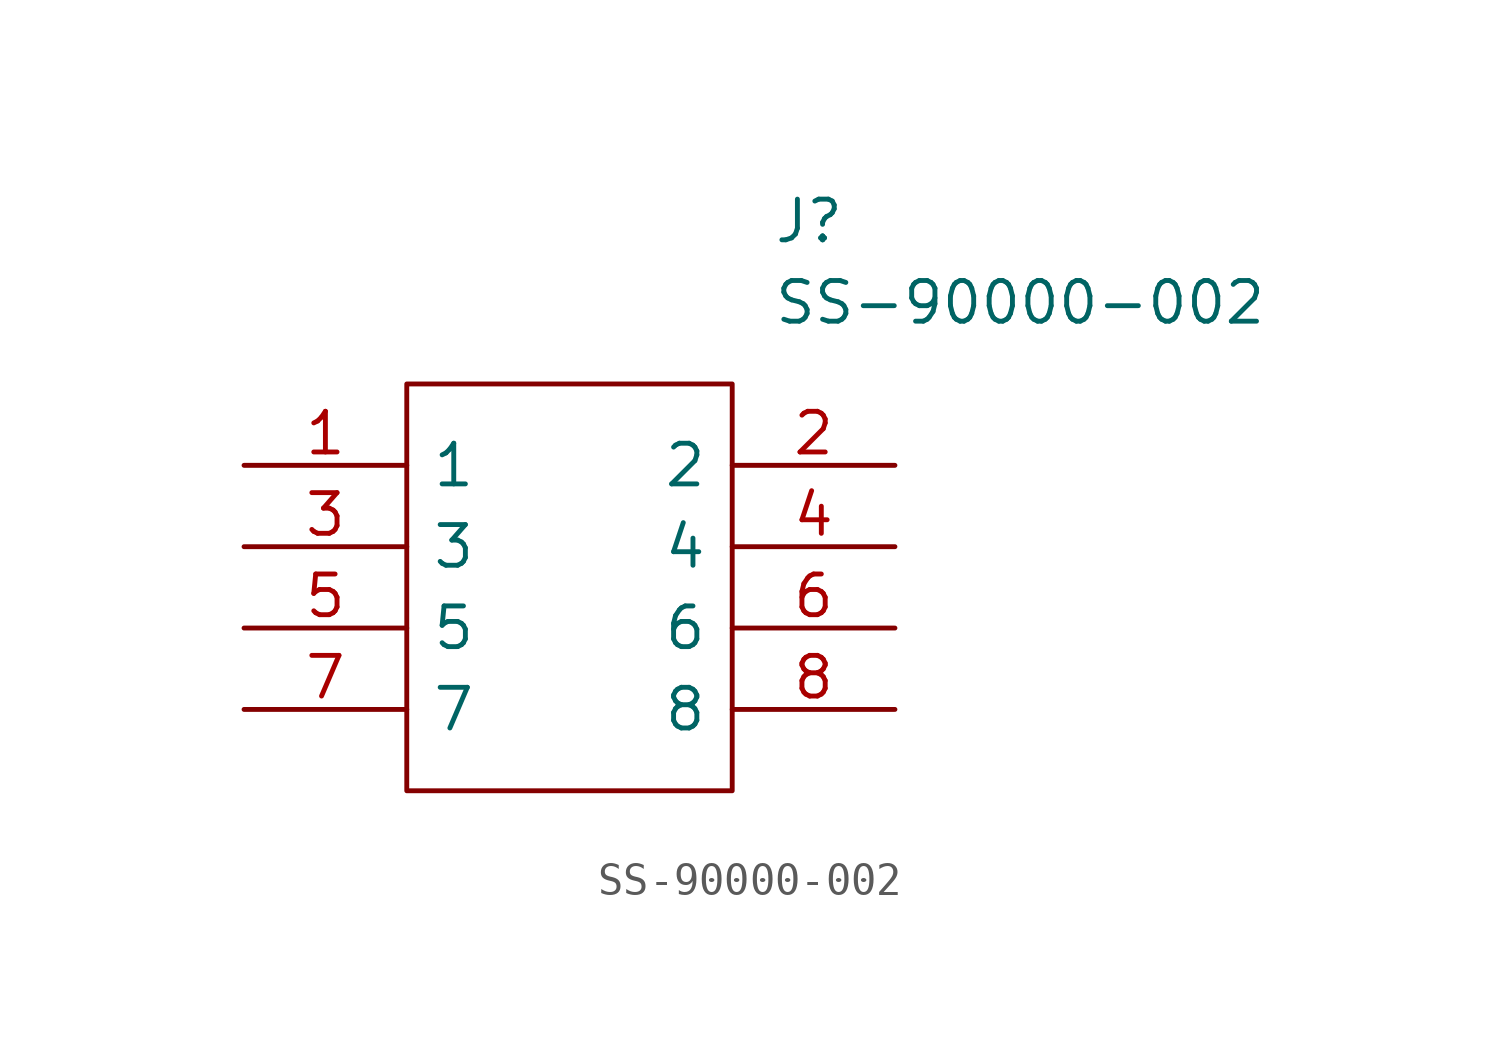
<source format=kicad_sym>
(kicad_symbol_lib
  (version 20220914)
  (generator kicad_symbol_editor)
  (symbol "SS-90000-002"
    (pin_names
      (offset 0.762))
    (property "Reference" "J"
      (at 16.51 7.62 0)
      (effects (font (size 1.27 1.27)) (justify left)))
    (property "Value" "SS-90000-002"
      (at 16.51 5.08 0)
      (effects (font (size 1.27 1.27)) (justify left)))
    (symbol "SS-90000-002_0_0"
      (pin power_out line (at 0 0 0) (length 5.08) (name "1" (effects (font (size 1.27 1.27)))) (number "1" (effects (font (size 1.27 1.27)))))
      (pin passive line (at 20.32 0 180) (length 5.08) (name "2" (effects (font (size 1.27 1.27)))) (number "2" (effects (font (size 1.27 1.27)))))
      (pin passive line (at 0 -2.54 0) (length 5.08) (name "3" (effects (font (size 1.27 1.27)))) (number "3" (effects (font (size 1.27 1.27)))))
      (pin passive line (at 20.32 -2.54 180) (length 5.08) (name "4" (effects (font (size 1.27 1.27)))) (number "4" (effects (font (size 1.27 1.27)))))
      (pin passive line (at 0 -5.08 0) (length 5.08) (name "5" (effects (font (size 1.27 1.27)))) (number "5" (effects (font (size 1.27 1.27)))))
      (pin passive line (at 20.32 -5.08 180) (length 5.08) (name "6" (effects (font (size 1.27 1.27)))) (number "6" (effects (font (size 1.27 1.27)))))
      (pin passive line (at 0 -7.62 0) (length 5.08) (name "7" (effects (font (size 1.27 1.27)))) (number "7" (effects (font (size 1.27 1.27)))))
      (pin passive line (at 20.32 -7.62 180) (length 5.08) (name "8" (effects (font (size 1.27 1.27)))) (number "8" (effects (font (size 1.27 1.27))))))
    (symbol "SS-90000-002_0_1"
      (polyline (pts (xy 5.08 2.54) (xy 15.24 2.54) (xy 15.24 -10.16) (xy 5.08 -10.16) (xy 5.08 2.54)) (stroke (width 0.152) (type solid)) (fill (type none))))))
</source>
